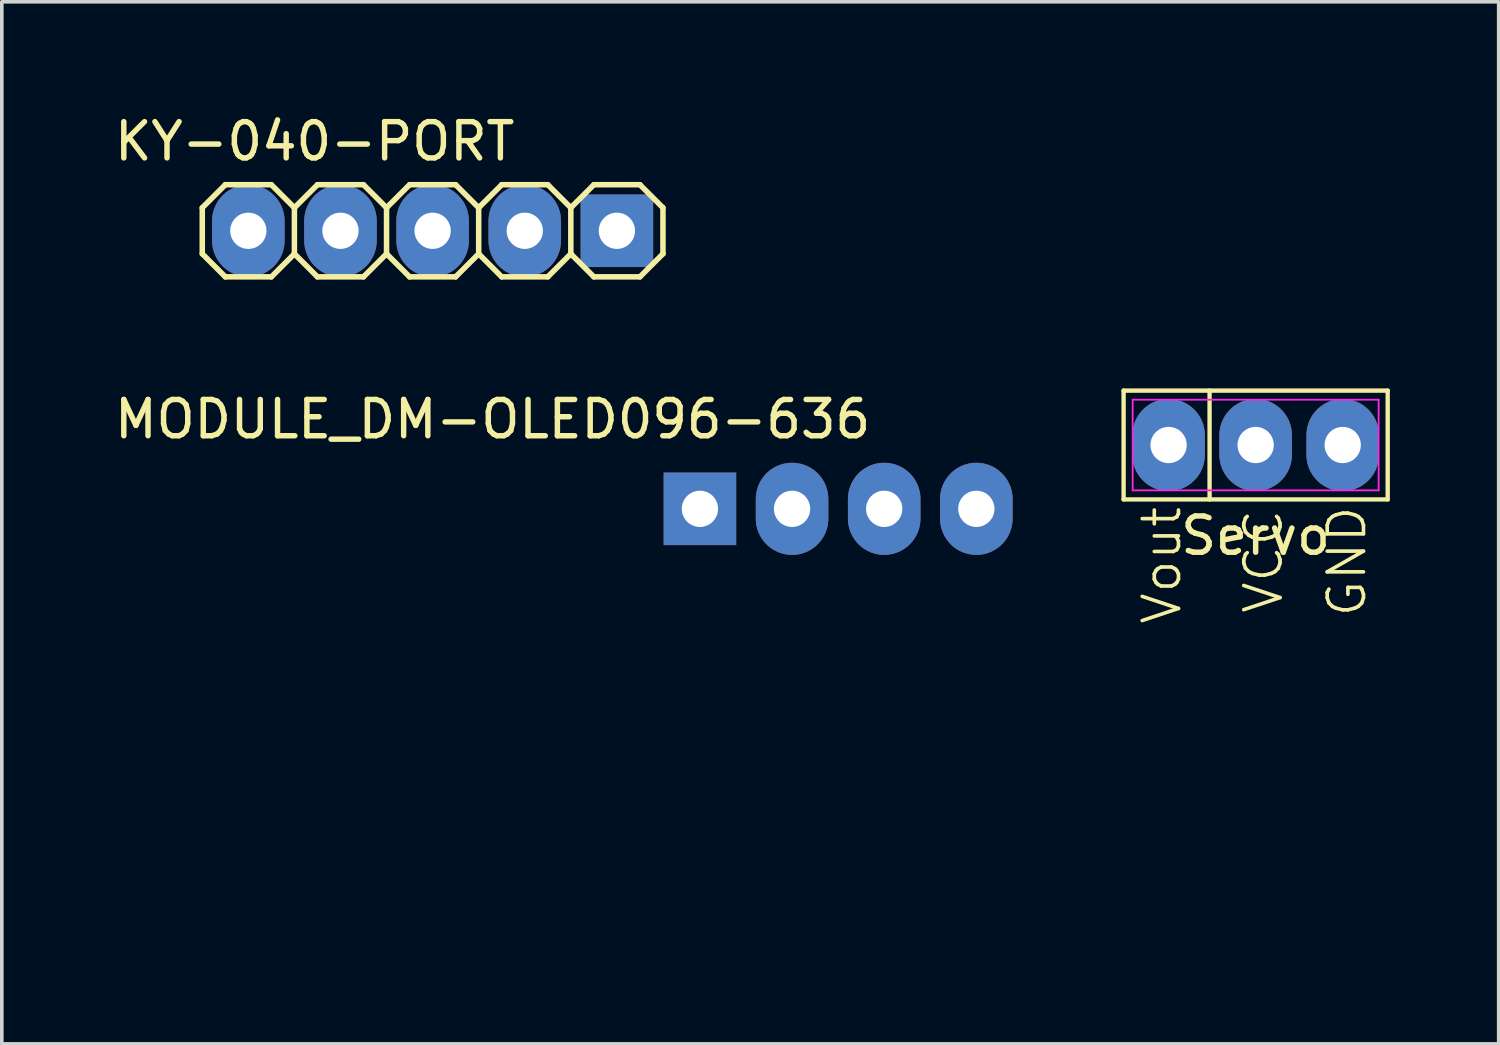
<source format=kicad_pcb>
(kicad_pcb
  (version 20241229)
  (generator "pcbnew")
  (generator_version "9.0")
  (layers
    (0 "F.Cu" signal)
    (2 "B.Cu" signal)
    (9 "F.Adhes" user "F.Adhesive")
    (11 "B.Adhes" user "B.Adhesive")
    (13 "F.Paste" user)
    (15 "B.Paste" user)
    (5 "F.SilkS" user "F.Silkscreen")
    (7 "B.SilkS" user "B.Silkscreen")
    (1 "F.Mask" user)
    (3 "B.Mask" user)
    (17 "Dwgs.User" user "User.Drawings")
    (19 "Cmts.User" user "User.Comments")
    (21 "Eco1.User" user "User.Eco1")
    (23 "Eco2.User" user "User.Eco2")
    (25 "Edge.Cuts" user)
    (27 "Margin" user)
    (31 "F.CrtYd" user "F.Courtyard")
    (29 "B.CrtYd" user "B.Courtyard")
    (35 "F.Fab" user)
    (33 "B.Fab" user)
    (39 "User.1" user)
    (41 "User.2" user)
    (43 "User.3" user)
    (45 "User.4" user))
  (footprint "MODULE_DM-OLED096-636"
    (layer "F.Cu")
    (at 20.055 22.477)
    (property "Reference" "MODULE_DM-OLED096-636" (at -9.525 -13.97 0) (layer "F.SilkS") (effects (font (size 1 1) (thickness 0.15))))
    (attr through_hole)
    (pad "1" thru_hole rect (at -3.81 -11.5) (size 2 2) (drill 1) (layers "*.Cu" "*.Mask"))
    (pad "2" thru_hole oval (at -1.27 -11.5 90) (size 2.54 2) (drill 1) (layers "*.Cu" "*.Mask"))
    (pad "3" thru_hole oval (at 1.27 -11.5 90) (size 2.54 2) (drill 1) (layers "*.Cu" "*.Mask"))
    (pad "4" thru_hole oval (at 3.81 -11.5 90) (size 2.54 2) (drill 1) (layers "*.Cu" "*.Mask")))
  (footprint "Servo"
    (layer "F.Cu")
    (at 31.565 9.218)
    (property "Reference" "Servo" (at 0 2.5 0) (layer "F.SilkS") (effects (font (size 1 1) (thickness 0.15))))
    (attr through_hole)
    (fp_line (start -3.64 -1.5) (end 3.64 -1.5) (stroke (width 0.12) (type default)) (layer "F.SilkS"))
    (fp_line (start -3.64 1.5) (end -3.64 -1.5) (stroke (width 0.12) (type default)) (layer "F.SilkS"))
    (fp_line (start -1.27 -1.5) (end -1.27 1.5) (stroke (width 0.12) (type default)) (layer "F.SilkS"))
    (fp_line (start 3.64 -1.5) (end 3.64 1.5) (stroke (width 0.12) (type default)) (layer "F.SilkS"))
    (fp_line (start 3.64 1.5) (end -3.64 1.5) (stroke (width 0.12) (type default)) (layer "F.SilkS"))
    (fp_line (start -3.39 -1.25) (end 3.39 -1.25) (stroke (width 0.05) (type default)) (layer "F.CrtYd"))
    (fp_line (start -3.39 1.25) (end -3.39 -1.25) (stroke (width 0.05) (type default)) (layer "F.CrtYd"))
    (fp_line (start 3.39 -1.25) (end 3.39 1.25) (stroke (width 0.05) (type default)) (layer "F.CrtYd"))
    (fp_line (start 3.39 1.25) (end -3.39 1.25) (stroke (width 0.05) (type default)) (layer "F.CrtYd"))
    (fp_text user "Vout" (at -2 5 90) (unlocked yes) (layer "F.SilkS") (effects (font (size 1 1) (thickness 0.1)) (justify left bottom)))
    (fp_text user "GND" (at 3.1 4.8 90) (unlocked yes) (layer "F.SilkS") (effects (font (size 1 1) (thickness 0.1)) (justify left bottom)))
    (fp_text user "VCC" (at 0.8 4.7 90) (unlocked yes) (layer "F.SilkS") (effects (font (size 1 1) (thickness 0.1)) (justify left bottom)))
    (pad "1" thru_hole oval (at -2.4 0 90) (size 2.54 2) (drill 1) (layers "*.Cu" "*.Mask"))
    (pad "2" thru_hole oval (at 0 0 90) (size 2.54 2) (drill 1) (layers "*.Cu" "*.Mask"))
    (pad "3" thru_hole oval (at 2.4 0 90) (size 2.54 2) (drill 1) (layers "*.Cu" "*.Mask")))
  (footprint "KY-040-PORT"
    (layer "F.Cu")
    (at 10.146 3.312)
    (property "Reference" "KY-040-PORT" (at -4.521 -2.464 0) (layer "F.SilkS") (effects (font (size 1 1) (thickness 0.15))))
    (attr through_hole)
    (fp_line (start -7.62 -0.635) (end -7.62 0.635) (stroke (width 0.152) (type solid)) (layer "F.SilkS"))
    (fp_line (start -7.62 0.635) (end -6.985 1.27) (stroke (width 0.152) (type solid)) (layer "F.SilkS"))
    (fp_line (start -6.985 -1.27) (end -7.62 -0.635) (stroke (width 0.152) (type solid)) (layer "F.SilkS"))
    (fp_line (start -6.985 -1.27) (end -5.715 -1.27) (stroke (width 0.152) (type solid)) (layer "F.SilkS"))
    (fp_line (start -5.715 -1.27) (end -5.08 -0.635) (stroke (width 0.152) (type solid)) (layer "F.SilkS"))
    (fp_line (start -5.715 1.27) (end -6.985 1.27) (stroke (width 0.152) (type solid)) (layer "F.SilkS"))
    (fp_line (start -5.08 -0.635) (end -5.08 0.635) (stroke (width 0.152) (type solid)) (layer "F.SilkS"))
    (fp_line (start -5.08 -0.635) (end -4.445 -1.27) (stroke (width 0.152) (type solid)) (layer "F.SilkS"))
    (fp_line (start -5.08 0.635) (end -5.715 1.27) (stroke (width 0.152) (type solid)) (layer "F.SilkS"))
    (fp_line (start -4.445 -1.27) (end -3.175 -1.27) (stroke (width 0.152) (type solid)) (layer "F.SilkS"))
    (fp_line (start -4.445 1.27) (end -5.08 0.635) (stroke (width 0.152) (type solid)) (layer "F.SilkS"))
    (fp_line (start -3.175 -1.27) (end -2.54 -0.635) (stroke (width 0.152) (type solid)) (layer "F.SilkS"))
    (fp_line (start -3.175 1.27) (end -4.445 1.27) (stroke (width 0.152) (type solid)) (layer "F.SilkS"))
    (fp_line (start -2.54 -0.635) (end -2.54 0.635) (stroke (width 0.152) (type solid)) (layer "F.SilkS"))
    (fp_line (start -2.54 -0.635) (end -1.905 -1.27) (stroke (width 0.152) (type solid)) (layer "F.SilkS"))
    (fp_line (start -2.54 0.635) (end -3.175 1.27) (stroke (width 0.152) (type solid)) (layer "F.SilkS"))
    (fp_line (start -1.905 -1.27) (end -0.635 -1.27) (stroke (width 0.152) (type solid)) (layer "F.SilkS"))
    (fp_line (start -1.905 1.27) (end -2.54 0.635) (stroke (width 0.152) (type solid)) (layer "F.SilkS"))
    (fp_line (start -0.635 -1.27) (end 0 -0.635) (stroke (width 0.152) (type solid)) (layer "F.SilkS"))
    (fp_line (start -0.635 1.27) (end -1.905 1.27) (stroke (width 0.152) (type solid)) (layer "F.SilkS"))
    (fp_line (start 0 -0.635) (end 0 0.635) (stroke (width 0.152) (type solid)) (layer "F.SilkS"))
    (fp_line (start 0 0.635) (end -0.635 1.27) (stroke (width 0.152) (type solid)) (layer "F.SilkS"))
    (fp_line (start 0 0.635) (end 0.635 1.27) (stroke (width 0.152) (type solid)) (layer "F.SilkS"))
    (fp_line (start 0.635 -1.27) (end 0 -0.635) (stroke (width 0.152) (type solid)) (layer "F.SilkS"))
    (fp_line (start 0.635 -1.27) (end 1.905 -1.27) (stroke (width 0.152) (type solid)) (layer "F.SilkS"))
    (fp_line (start 1.905 -1.27) (end 2.54 -0.635) (stroke (width 0.152) (type solid)) (layer "F.SilkS"))
    (fp_line (start 1.905 1.27) (end 0.635 1.27) (stroke (width 0.152) (type solid)) (layer "F.SilkS"))
    (fp_line (start 2.54 -0.635) (end 2.54 0.635) (stroke (width 0.152) (type solid)) (layer "F.SilkS"))
    (fp_line (start 2.54 -0.635) (end 3.175 -1.27) (stroke (width 0.152) (type solid)) (layer "F.SilkS"))
    (fp_line (start 2.54 0.635) (end 1.905 1.27) (stroke (width 0.152) (type solid)) (layer "F.SilkS"))
    (fp_line (start 3.175 -1.27) (end 4.445 -1.27) (stroke (width 0.152) (type solid)) (layer "F.SilkS"))
    (fp_line (start 3.175 1.27) (end 2.54 0.635) (stroke (width 0.152) (type solid)) (layer "F.SilkS"))
    (fp_line (start 4.445 -1.27) (end 5.08 -0.635) (stroke (width 0.152) (type solid)) (layer "F.SilkS"))
    (fp_line (start 4.445 1.27) (end 3.175 1.27) (stroke (width 0.152) (type solid)) (layer "F.SilkS"))
    (fp_line (start 5.08 -0.635) (end 5.08 0.635) (stroke (width 0.152) (type solid)) (layer "F.SilkS"))
    (fp_line (start 5.08 0.635) (end 4.445 1.27) (stroke (width 0.152) (type solid)) (layer "F.SilkS"))
    (fp_poly (pts (xy -6.604 -0.254) (xy -6.096 -0.254) (xy -6.096 0.254) (xy -6.604 0.254)) (stroke (width 0.01) (type solid)) (fill no) (layer "F.Fab"))
    (fp_poly (pts (xy -4.064 -0.254) (xy -3.556 -0.254) (xy -3.556 0.254) (xy -4.064 0.254)) (stroke (width 0.01) (type solid)) (fill no) (layer "F.Fab"))
    (fp_poly (pts (xy -1.524 -0.254) (xy -1.016 -0.254) (xy -1.016 0.254) (xy -1.524 0.254)) (stroke (width 0.01) (type solid)) (fill no) (layer "F.Fab"))
    (fp_poly (pts (xy 1.016 -0.254) (xy 1.524 -0.254) (xy 1.524 0.254) (xy 1.016 0.254)) (stroke (width 0.01) (type solid)) (fill no) (layer "F.Fab"))
    (fp_poly (pts (xy 3.556 -0.254) (xy 4.064 -0.254) (xy 4.064 0.254) (xy 3.556 0.254)) (stroke (width 0.01) (type solid)) (fill no) (layer "F.Fab"))
    (pad "CLK" thru_hole oval (at -6.35 0 90) (size 2.54 2) (drill 1) (layers "*.Cu" "*.Mask"))
    (pad "DT" thru_hole oval (at -3.81 0 90) (size 2.54 2) (drill 1) (layers "*.Cu" "*.Mask"))
    (pad "GND" thru_hole rect (at 3.81 0 90) (size 2 2) (drill 1) (layers "*.Cu" "*.Mask"))
    (pad "SW" thru_hole oval (at -1.27 0 90) (size 2.54 2) (drill 1) (layers "*.Cu" "*.Mask"))
    (pad "VCC" thru_hole oval (at 1.27 0 90) (size 2.54 2) (drill 1) (layers "*.Cu" "*.Mask")))
  (gr_rect
    (start -3 -3)
    (end 38.265 25.727)
    (stroke (width 0.1) (type default))
    (fill no)
    (layer "Edge.Cuts")))
</source>
